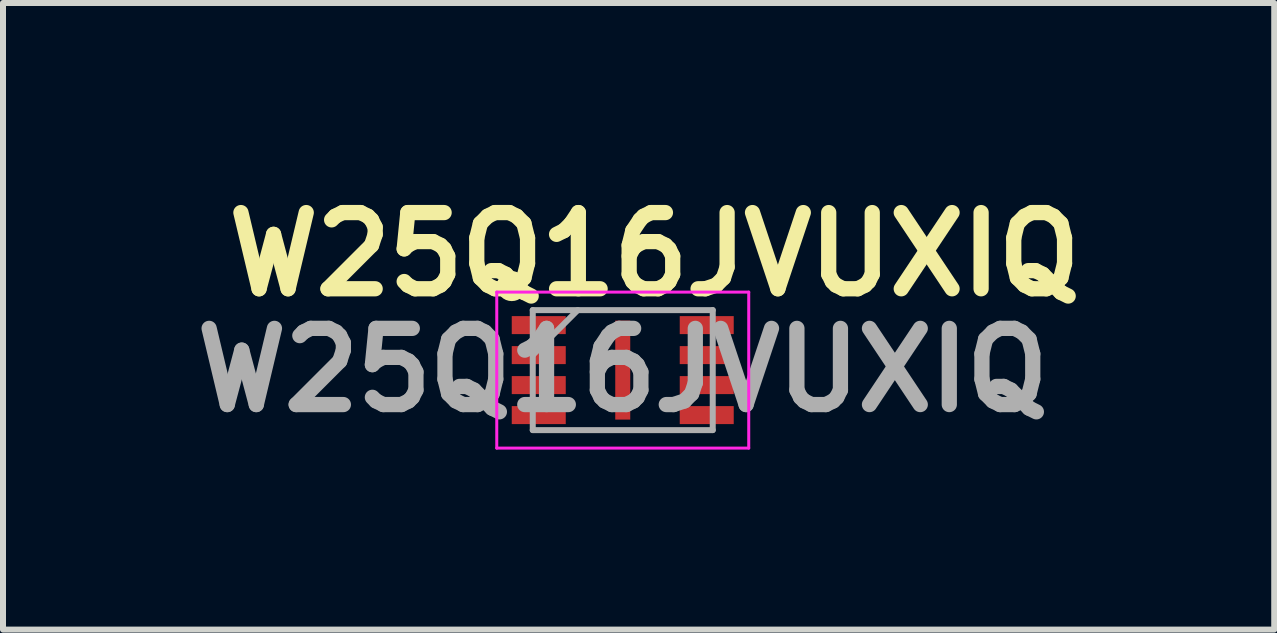
<source format=kicad_pcb>
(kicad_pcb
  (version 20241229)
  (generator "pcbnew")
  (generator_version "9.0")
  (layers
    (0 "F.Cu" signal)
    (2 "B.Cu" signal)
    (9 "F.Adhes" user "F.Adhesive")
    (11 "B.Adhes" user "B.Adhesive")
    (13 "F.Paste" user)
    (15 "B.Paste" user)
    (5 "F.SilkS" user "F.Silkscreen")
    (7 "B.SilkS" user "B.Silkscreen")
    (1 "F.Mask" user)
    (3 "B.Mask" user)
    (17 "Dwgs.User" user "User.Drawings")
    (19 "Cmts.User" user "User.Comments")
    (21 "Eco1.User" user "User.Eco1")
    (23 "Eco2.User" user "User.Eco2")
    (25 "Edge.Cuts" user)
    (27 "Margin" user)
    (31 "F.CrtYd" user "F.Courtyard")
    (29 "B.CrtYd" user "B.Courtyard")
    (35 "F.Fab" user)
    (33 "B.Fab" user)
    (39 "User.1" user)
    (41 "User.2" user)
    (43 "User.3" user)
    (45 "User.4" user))
  (footprint "W25Q16JVUXIQ"
    (layer "F.Cu")
    (at 7.33 3.119)
    (property "Reference" "W25Q16JVUXIQ" (at 0.53 -1.93 0) (layer "F.SilkS") (effects (font (size 1.27 1.27) (thickness 0.254))))
    (attr smd)
    (fp_circle (center -1.85 -1.4) (end -1.85 -1.275) (stroke (width 0.25) (type solid)) (fill no) (layer "F.SilkS"))
    (fp_line (start -2.1 -1.3) (end 2.1 -1.3) (stroke (width 0.05) (type solid)) (layer "F.CrtYd"))
    (fp_line (start -2.1 1.3) (end -2.1 -1.3) (stroke (width 0.05) (type solid)) (layer "F.CrtYd"))
    (fp_line (start 2.1 -1.3) (end 2.1 1.3) (stroke (width 0.05) (type solid)) (layer "F.CrtYd"))
    (fp_line (start 2.1 1.3) (end -2.1 1.3) (stroke (width 0.05) (type solid)) (layer "F.CrtYd"))
    (fp_line (start -1.5 -1) (end 1.5 -1) (stroke (width 0.1) (type solid)) (layer "F.Fab"))
    (fp_line (start -1.5 -0.25) (end -0.75 -1) (stroke (width 0.1) (type solid)) (layer "F.Fab"))
    (fp_line (start -1.5 1) (end -1.5 -1) (stroke (width 0.1) (type solid)) (layer "F.Fab"))
    (fp_line (start 1.5 -1) (end 1.5 1) (stroke (width 0.1) (type solid)) (layer "F.Fab"))
    (fp_line (start 1.5 1) (end -1.5 1) (stroke (width 0.1) (type solid)) (layer "F.Fab"))
    (fp_text user "${REFERENCE}" (at 0 0 0) (layer "F.Fab") (effects (font (size 1.27 1.27) (thickness 0.254))))
    (pad "1" smd rect (at -1.4 -0.75 90) (size 0.3 0.9) (layers "F.Cu" "F.Mask" "F.Paste"))
    (pad "2" smd rect (at -1.4 -0.25 90) (size 0.3 0.9) (layers "F.Cu" "F.Mask" "F.Paste"))
    (pad "3" smd rect (at -1.4 0.25 90) (size 0.3 0.9) (layers "F.Cu" "F.Mask" "F.Paste"))
    (pad "4" smd rect (at -1.4 0.75 90) (size 0.3 0.9) (layers "F.Cu" "F.Mask" "F.Paste"))
    (pad "5" smd rect (at 1.4 0.75 90) (size 0.3 0.9) (layers "F.Cu" "F.Mask" "F.Paste"))
    (pad "6" smd rect (at 1.4 0.25 90) (size 0.3 0.9) (layers "F.Cu" "F.Mask" "F.Paste"))
    (pad "7" smd rect (at 1.4 -0.25 90) (size 0.3 0.9) (layers "F.Cu" "F.Mask" "F.Paste"))
    (pad "8" smd rect (at 1.4 -0.75 90) (size 0.3 0.9) (layers "F.Cu" "F.Mask" "F.Paste"))
    (pad "9" smd rect (at 0 0) (size 0.25 1.65) (layers "F.Cu" "F.Mask" "F.Paste")))
  (gr_rect
    (start -3 -3)
    (end 18.189 7.444)
    (stroke (width 0.1) (type default))
    (fill no)
    (layer "Edge.Cuts")))
</source>
